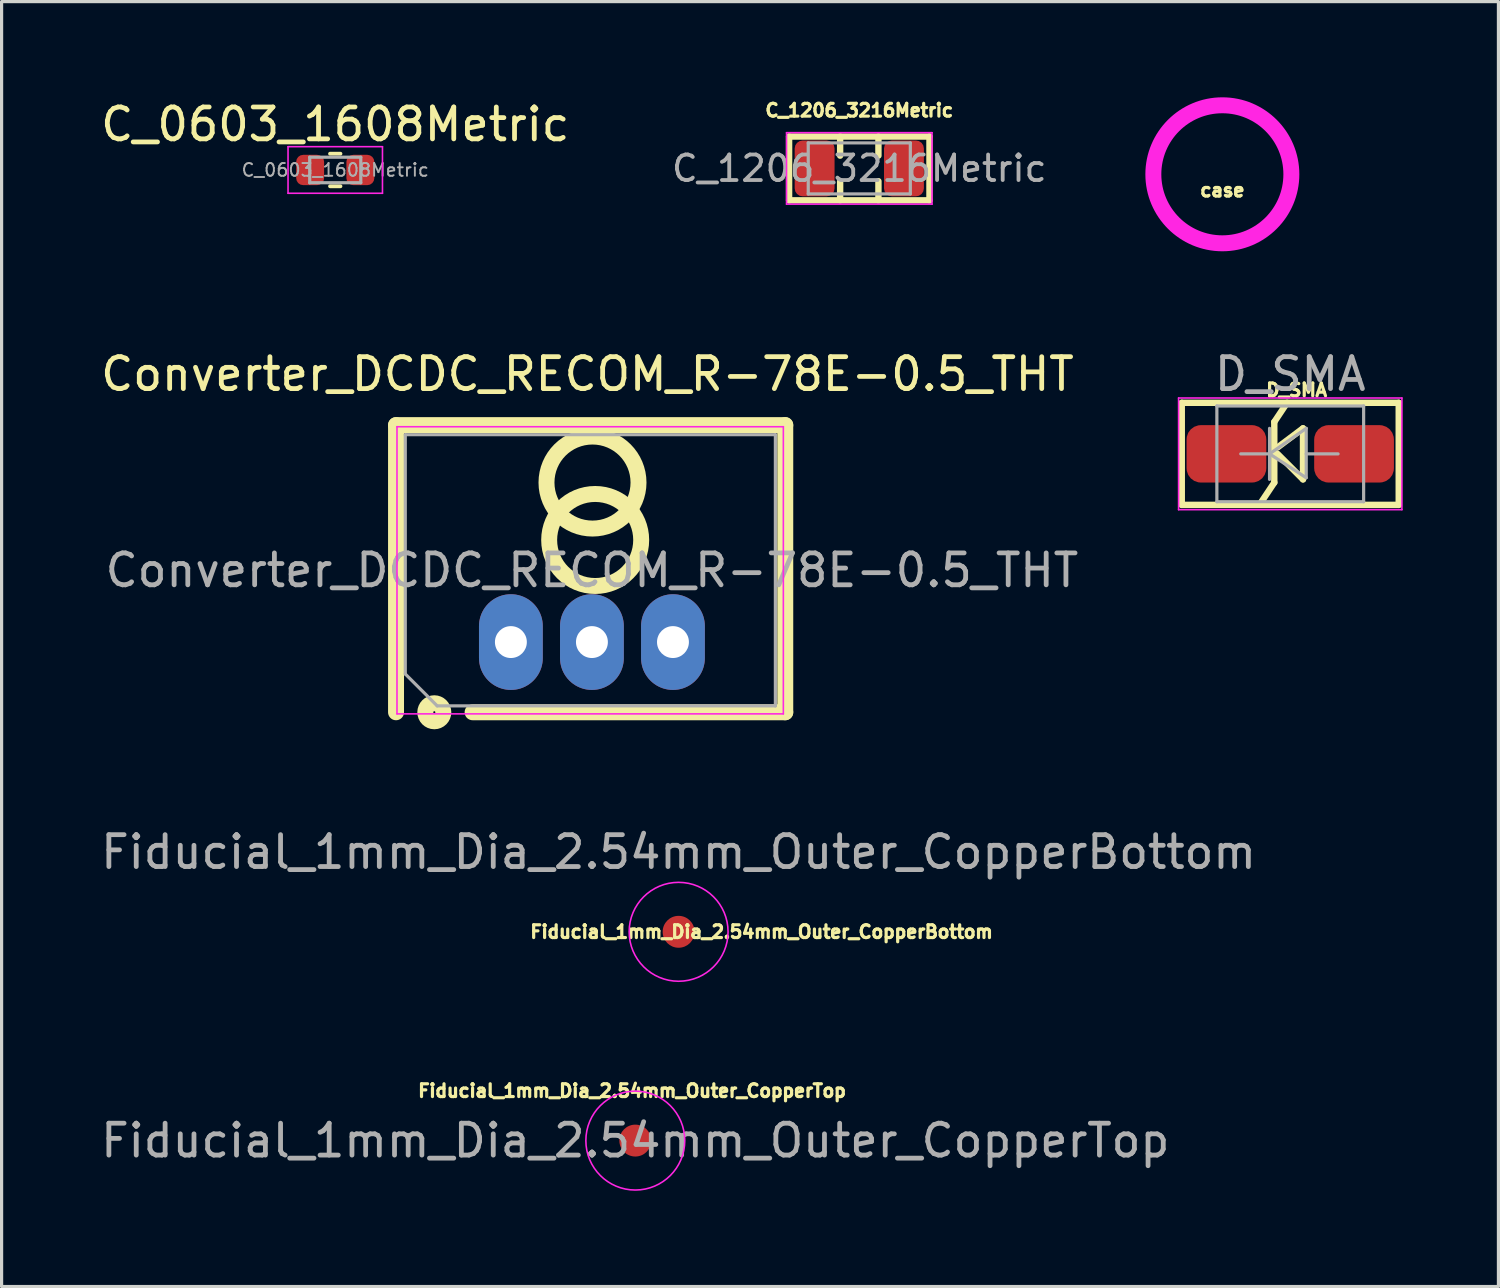
<source format=kicad_pcb>
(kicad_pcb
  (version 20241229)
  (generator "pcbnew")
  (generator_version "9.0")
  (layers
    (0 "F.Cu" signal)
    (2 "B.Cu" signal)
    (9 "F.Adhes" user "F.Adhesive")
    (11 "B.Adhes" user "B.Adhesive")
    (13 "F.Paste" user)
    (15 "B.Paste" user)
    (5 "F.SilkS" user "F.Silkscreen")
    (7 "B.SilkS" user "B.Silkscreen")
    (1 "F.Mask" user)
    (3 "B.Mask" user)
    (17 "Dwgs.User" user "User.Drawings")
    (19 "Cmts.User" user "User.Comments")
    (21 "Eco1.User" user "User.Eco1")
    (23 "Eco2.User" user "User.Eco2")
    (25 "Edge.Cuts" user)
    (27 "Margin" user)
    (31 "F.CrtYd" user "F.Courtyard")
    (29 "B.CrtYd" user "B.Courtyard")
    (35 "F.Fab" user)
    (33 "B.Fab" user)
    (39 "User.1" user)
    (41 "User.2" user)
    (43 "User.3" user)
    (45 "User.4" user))
  (footprint "case"
    (layer "F.Cu")
    (at 35.263 2.413)
    (property "Reference" "case" (at 0 0.5 0) (layer "F.SilkS") (effects (font (size 0.4 0.4) (thickness 0.1))))
    (attr exclude_from_pos_files exclude_from_bom)
    (fp_circle (center 0 0) (end 2.163 0) (stroke (width 0.5) (type solid)) (fill no) (layer "F.CrtYd")))
  (footprint "Converter_DCDC_RECOM_R-78E-0.5_THT"
    (layer "F.Cu")
    (at 12.963 17.075)
    (property "Reference" "Converter_DCDC_RECOM_R-78E-0.5_THT" (at 2.4 -8.4 0) (layer "F.SilkS") (effects (font (size 1 1) (thickness 0.15))))
    (attr through_hole)
    (fp_line (start -3.6 -6.8) (end 8.6 -6.8) (stroke (width 0.5) (type solid)) (layer "F.SilkS"))
    (fp_line (start -3.6 2.2) (end -3.6 -6.8) (stroke (width 0.5) (type solid)) (layer "F.SilkS"))
    (fp_line (start 8.6 -6.8) (end 8.6 2.2) (stroke (width 0.5) (type solid)) (layer "F.SilkS"))
    (fp_line (start 8.6 2.2) (end -1.2 2.2) (stroke (width 0.5) (type solid)) (layer "F.SilkS"))
    (fp_circle (center -2.4 2.2) (end -2.2 2.4) (stroke (width 0.5) (type solid)) (fill no) (layer "F.SilkS"))
    (fp_circle (center 2.558 -5) (end 3.758 -4.2) (stroke (width 0.5) (type solid)) (fill no) (layer "F.SilkS"))
    (fp_circle (center 2.642 -3.2) (end 3.842 -2.4) (stroke (width 0.5) (type solid)) (fill no) (layer "F.SilkS"))
    (fp_line (start -3.57 -6.75) (end -3.57 2.25) (stroke (width 0.05) (type solid)) (layer "F.CrtYd"))
    (fp_line (start -3.57 2.25) (end 8.54 2.25) (stroke (width 0.05) (type solid)) (layer "F.CrtYd"))
    (fp_line (start 8.54 -6.75) (end -3.57 -6.75) (stroke (width 0.05) (type solid)) (layer "F.CrtYd"))
    (fp_line (start 8.54 2.25) (end 8.54 -6.75) (stroke (width 0.05) (type solid)) (layer "F.CrtYd"))
    (fp_line (start -3.31 -6.5) (end 8.29 -6.5) (stroke (width 0.1) (type solid)) (layer "F.Fab"))
    (fp_line (start -3.31 1) (end -3.31 -6.5) (stroke (width 0.1) (type solid)) (layer "F.Fab"))
    (fp_line (start -2.31 2) (end -3.31 1) (stroke (width 0.1) (type solid)) (layer "F.Fab"))
    (fp_line (start 8.29 -6.5) (end 8.29 2) (stroke (width 0.1) (type solid)) (layer "F.Fab"))
    (fp_line (start 8.29 2) (end -2.31 2) (stroke (width 0.1) (type solid)) (layer "F.Fab"))
    (fp_text user "${REFERENCE}" (at 2.54 -2.25 0) (layer "F.Fab") (effects (font (size 1 1) (thickness 0.15))))
    (pad "1" thru_hole oval (at 0 0) (size 2 3) (drill 1) (layers "*.Cu" "*.Mask"))
    (pad "2" thru_hole oval (at 2.54 0) (size 2 3) (drill 1) (layers "*.Cu" "*.Mask"))
    (pad "3" thru_hole oval (at 5.08 0) (size 2 3) (drill 1) (layers "*.Cu" "*.Mask")))
  (footprint "Fiducial_1mm_Dia_2.54mm_Outer_CopperTop"
    (layer "F.Cu")
    (at 16.863 32.7)
    (property "Reference" "Fiducial_1mm_Dia_2.54mm_Outer_CopperTop" (at -0.101 -1.56 0) (layer "F.SilkS") (effects (font (size 0.4 0.4) (thickness 0.1))))
    (attr smd)
    (fp_circle (center 0 0) (end 1.55 0) (stroke (width 0.05) (type solid)) (fill no) (layer "F.CrtYd"))
    (fp_text user "${REFERENCE}" (at 0 0 0) (layer "F.Fab") (effects (font (size 1 1) (thickness 0.15))))
    (pad "" smd circle (at 0 0) (size 1 1) (layers "F.Cu" "F.Mask")))
  (footprint "C_0603_1608Metric"
    (layer "F.Cu")
    (at 7.458 2.278)
    (property "Reference" "C_0603_1608Metric" (at 0 -1.43 0) (layer "F.SilkS") (effects (font (size 1 1) (thickness 0.15))))
    (attr smd)
    (fp_line (start -0.163 -0.51) (end 0.163 -0.51) (stroke (width 0.12) (type solid)) (layer "F.SilkS"))
    (fp_line (start -0.163 0.51) (end 0.163 0.51) (stroke (width 0.12) (type solid)) (layer "F.SilkS"))
    (fp_line (start -1.48 -0.73) (end 1.48 -0.73) (stroke (width 0.05) (type solid)) (layer "F.CrtYd"))
    (fp_line (start -1.48 0.73) (end -1.48 -0.73) (stroke (width 0.05) (type solid)) (layer "F.CrtYd"))
    (fp_line (start 1.48 -0.73) (end 1.48 0.73) (stroke (width 0.05) (type solid)) (layer "F.CrtYd"))
    (fp_line (start 1.48 0.73) (end -1.48 0.73) (stroke (width 0.05) (type solid)) (layer "F.CrtYd"))
    (fp_line (start -0.8 -0.4) (end 0.8 -0.4) (stroke (width 0.1) (type solid)) (layer "F.Fab"))
    (fp_line (start -0.8 0.4) (end -0.8 -0.4) (stroke (width 0.1) (type solid)) (layer "F.Fab"))
    (fp_line (start 0.8 -0.4) (end 0.8 0.4) (stroke (width 0.1) (type solid)) (layer "F.Fab"))
    (fp_line (start 0.8 0.4) (end -0.8 0.4) (stroke (width 0.1) (type solid)) (layer "F.Fab"))
    (fp_text user "${REFERENCE}" (at 0 0 0) (layer "F.Fab") (effects (font (size 0.4 0.4) (thickness 0.06))))
    (pad "1" smd roundrect (at -0.787 0) (size 0.875 0.95) (layers "F.Cu" "F.Mask" "F.Paste") (roundrect_rratio 0.25))
    (pad "2" smd roundrect (at 0.787 0) (size 0.875 0.95) (layers "F.Cu" "F.Mask" "F.Paste") (roundrect_rratio 0.25)))
  (footprint "Fiducial_1mm_Dia_2.54mm_Outer_CopperBottom"
    (layer "F.Cu")
    (at 18.22 26.156)
    (property "Reference" "Fiducial_1mm_Dia_2.54mm_Outer_CopperBottom" (at 2.6 0 0) (layer "F.SilkS") (effects (font (size 0.4 0.4) (thickness 0.1))))
    (attr smd)
    (fp_circle (center 0 0) (end 1.55 0) (stroke (width 0.05) (type solid)) (fill no) (layer "F.CrtYd"))
    (fp_text user "${REFERENCE}" (at 0 -2.5 0) (layer "F.Fab") (effects (font (size 1 1) (thickness 0.15))))
    (pad "" smd circle (at 0 0) (size 1 1) (layers "F.Cu" "F.Mask")))
  (footprint "D_SMA"
    (layer "F.Cu")
    (at 37.391 11.175)
    (property "Reference" "D_SMA" (at 0.2 -2 0) (layer "F.SilkS") (effects (font (size 0.4 0.4) (thickness 0.1))))
    (attr smd)
    (fp_line (start -3.4 -1.6) (end -3.4 1.6) (stroke (width 0.2) (type solid)) (layer "F.SilkS"))
    (fp_line (start -3.4 1.6) (end 3.4 1.6) (stroke (width 0.2) (type solid)) (layer "F.SilkS"))
    (fp_line (start -0.5 -1) (end -0.5 0.9) (stroke (width 0.2) (type solid)) (layer "F.SilkS"))
    (fp_line (start -0.5 0.9) (end -0.9 1.5) (stroke (width 0.2) (type solid)) (layer "F.SilkS"))
    (fp_line (start -0.4 -0.2) (end 0.4 -0.8) (stroke (width 0.2) (type solid)) (layer "F.SilkS"))
    (fp_line (start -0.1 -1.6) (end -0.5 -1) (stroke (width 0.2) (type solid)) (layer "F.SilkS"))
    (fp_line (start 0.4 -0.8) (end 0.4 0.8) (stroke (width 0.2) (type solid)) (layer "F.SilkS"))
    (fp_line (start 0.4 0.8) (end -0.4 0) (stroke (width 0.2) (type solid)) (layer "F.SilkS"))
    (fp_line (start 3.4 -1.6) (end -3.4 -1.6) (stroke (width 0.2) (type solid)) (layer "F.SilkS"))
    (fp_line (start 3.4 1.6) (end 3.4 -1.6) (stroke (width 0.2) (type solid)) (layer "F.SilkS"))
    (fp_line (start -3.5 -1.75) (end 3.5 -1.75) (stroke (width 0.05) (type solid)) (layer "F.CrtYd"))
    (fp_line (start -3.5 1.75) (end -3.5 -1.75) (stroke (width 0.05) (type solid)) (layer "F.CrtYd"))
    (fp_line (start 3.5 -1.75) (end 3.5 1.75) (stroke (width 0.05) (type solid)) (layer "F.CrtYd"))
    (fp_line (start 3.5 1.75) (end -3.5 1.75) (stroke (width 0.05) (type solid)) (layer "F.CrtYd"))
    (fp_line (start -2.3 1.5) (end -2.3 -1.5) (stroke (width 0.1) (type solid)) (layer "F.Fab"))
    (fp_line (start -0.649 -0.799) (end -0.649 0.801) (stroke (width 0.1) (type solid)) (layer "F.Fab"))
    (fp_line (start -0.649 0.001) (end -1.551 0.001) (stroke (width 0.1) (type solid)) (layer "F.Fab"))
    (fp_line (start -0.649 0.001) (end 0.501 -0.799) (stroke (width 0.1) (type solid)) (layer "F.Fab"))
    (fp_line (start -0.649 0.001) (end 0.501 0.75) (stroke (width 0.1) (type solid)) (layer "F.Fab"))
    (fp_line (start 0.501 0.001) (end 1.499 0.001) (stroke (width 0.1) (type solid)) (layer "F.Fab"))
    (fp_line (start 0.501 0.75) (end 0.501 -0.799) (stroke (width 0.1) (type solid)) (layer "F.Fab"))
    (fp_line (start 2.3 -1.5) (end -2.3 -1.5) (stroke (width 0.1) (type solid)) (layer "F.Fab"))
    (fp_line (start 2.3 -1.5) (end 2.3 1.5) (stroke (width 0.1) (type solid)) (layer "F.Fab"))
    (fp_line (start 2.3 1.5) (end -2.3 1.5) (stroke (width 0.1) (type solid)) (layer "F.Fab"))
    (fp_text user "${REFERENCE}" (at 0 -2.5 0) (layer "F.Fab") (effects (font (size 1 1) (thickness 0.15))))
    (pad "1" smd roundrect (at -2 0) (size 2.5 1.8) (layers "F.Cu" "F.Mask" "F.Paste") (roundrect_rratio 0.25))
    (pad "2" smd roundrect (at 2 0) (size 2.5 1.8) (layers "F.Cu" "F.Mask" "F.Paste") (roundrect_rratio 0.25)))
  (footprint "C_1206_3216Metric"
    (layer "F.Cu")
    (at 23.883 2.229)
    (property "Reference" "C_1206_3216Metric" (at 0 -1.82 0) (layer "F.SilkS") (effects (font (size 0.4 0.4) (thickness 0.1))))
    (attr smd)
    (fp_line (start -2.2 -1) (end -2.2 1) (stroke (width 0.2) (type solid)) (layer "F.SilkS"))
    (fp_line (start -2.2 -1) (end 2.2 -1) (stroke (width 0.2) (type solid)) (layer "F.SilkS"))
    (fp_line (start -2.2 1) (end 2.2 1) (stroke (width 0.2) (type solid)) (layer "F.SilkS"))
    (fp_line (start -0.6 -1) (end -0.6 -0.4) (stroke (width 0.2) (type solid)) (layer "F.SilkS"))
    (fp_line (start -0.6 1) (end -0.6 0.4) (stroke (width 0.2) (type solid)) (layer "F.SilkS"))
    (fp_line (start 0.6 -1) (end 0.6 -0.4) (stroke (width 0.2) (type solid)) (layer "F.SilkS"))
    (fp_line (start 0.6 1) (end 0.6 0.4) (stroke (width 0.2) (type solid)) (layer "F.SilkS"))
    (fp_line (start 2.2 1) (end 2.2 -1) (stroke (width 0.2) (type solid)) (layer "F.SilkS"))
    (fp_line (start -2.28 -1.12) (end 2.28 -1.12) (stroke (width 0.05) (type solid)) (layer "F.CrtYd"))
    (fp_line (start -2.28 1.12) (end -2.28 -1.12) (stroke (width 0.05) (type solid)) (layer "F.CrtYd"))
    (fp_line (start 2.28 -1.12) (end 2.28 1.12) (stroke (width 0.05) (type solid)) (layer "F.CrtYd"))
    (fp_line (start 2.28 1.12) (end -2.28 1.12) (stroke (width 0.05) (type solid)) (layer "F.CrtYd"))
    (fp_line (start -1.6 -0.8) (end 1.6 -0.8) (stroke (width 0.1) (type solid)) (layer "F.Fab"))
    (fp_line (start -1.6 0.8) (end -1.6 -0.8) (stroke (width 0.1) (type solid)) (layer "F.Fab"))
    (fp_line (start 1.6 -0.8) (end 1.6 0.8) (stroke (width 0.1) (type solid)) (layer "F.Fab"))
    (fp_line (start 1.6 0.8) (end -1.6 0.8) (stroke (width 0.1) (type solid)) (layer "F.Fab"))
    (fp_text user "${REFERENCE}" (at 0 0 0) (layer "F.Fab") (effects (font (size 0.8 0.8) (thickness 0.12))))
    (pad "1" smd roundrect (at -1.4 0) (size 1.25 1.75) (layers "F.Cu" "F.Mask" "F.Paste") (roundrect_rratio 0.2))
    (pad "2" smd roundrect (at 1.4 0) (size 1.25 1.75) (layers "F.Cu" "F.Mask" "F.Paste") (roundrect_rratio 0.2)))
  (gr_rect
    (start -3 -3)
    (end 43.916 37.275)
    (stroke (width 0.1) (type default))
    (fill no)
    (layer "Edge.Cuts")))
</source>
